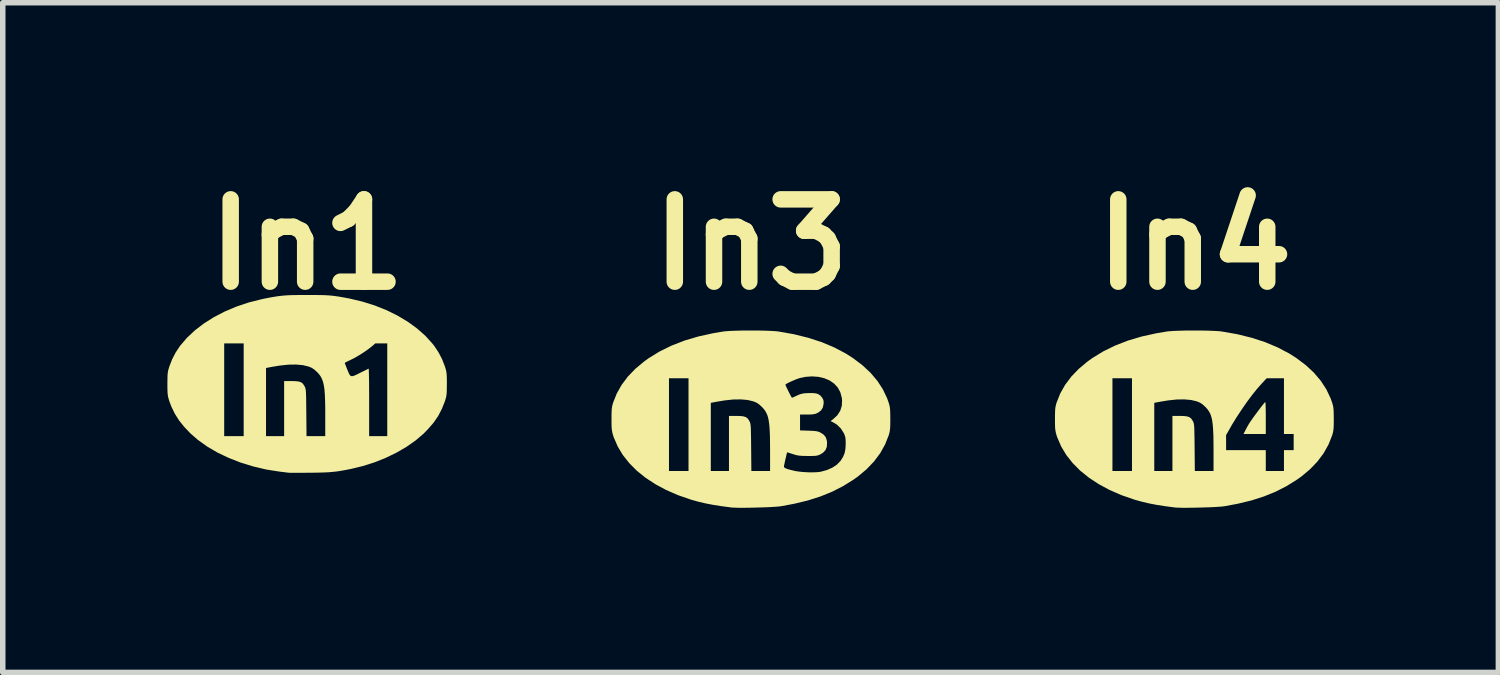
<source format=kicad_pcb>
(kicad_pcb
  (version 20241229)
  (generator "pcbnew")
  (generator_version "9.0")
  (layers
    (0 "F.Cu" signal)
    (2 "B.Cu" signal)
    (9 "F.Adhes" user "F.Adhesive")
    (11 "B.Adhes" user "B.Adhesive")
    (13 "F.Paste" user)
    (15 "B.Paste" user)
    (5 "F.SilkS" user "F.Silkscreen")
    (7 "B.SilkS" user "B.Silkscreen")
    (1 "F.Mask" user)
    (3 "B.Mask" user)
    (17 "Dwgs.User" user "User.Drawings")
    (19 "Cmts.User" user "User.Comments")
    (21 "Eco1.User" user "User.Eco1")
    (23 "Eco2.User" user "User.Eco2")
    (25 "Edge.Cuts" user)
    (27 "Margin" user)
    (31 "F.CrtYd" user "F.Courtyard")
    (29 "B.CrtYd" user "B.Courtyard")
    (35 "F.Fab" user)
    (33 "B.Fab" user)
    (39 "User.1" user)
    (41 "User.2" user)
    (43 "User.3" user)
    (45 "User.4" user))
  (footprint "In1"
    (layer "F.Cu")
    (at 2.546 3.944)
    (property "Reference" "In1" (at 0 -2.54 0) (layer "F.SilkS") (effects (font (size 1.5 1.5) (thickness 0.3))))
    (attr board_only exclude_from_pos_files exclude_from_bom allow_missing_courtyard)
    (fp_poly (pts (xy 0.124 -1.619) (xy 0.227 -1.618) (xy 0.314 -1.616) (xy 0.39 -1.612) (xy 0.46 -1.606) (xy 0.529 -1.597) (xy 0.602 -1.586) (xy 0.683 -1.571) (xy 0.77 -1.555) (xy 1.006 -1.499) (xy 1.232 -1.428) (xy 1.448 -1.342) (xy 1.65 -1.242) (xy 1.837 -1.13) (xy 2.007 -1.006) (xy 2.157 -0.873) (xy 2.286 -0.73) (xy 2.315 -0.693) (xy 2.393 -0.576) (xy 2.456 -0.456) (xy 2.508 -0.323) (xy 2.51 -0.318) (xy 2.523 -0.275) (xy 2.533 -0.239) (xy 2.539 -0.203) (xy 2.543 -0.162) (xy 2.545 -0.109) (xy 2.546 -0.039) (xy 2.546 0) (xy 2.545 0.08) (xy 2.544 0.139) (xy 2.541 0.185) (xy 2.536 0.223) (xy 2.528 0.258) (xy 2.516 0.297) (xy 2.51 0.318) (xy 2.455 0.456) (xy 2.388 0.585) (xy 2.304 0.707) (xy 2.2 0.827) (xy 2.12 0.909) (xy 1.977 1.031) (xy 1.813 1.146) (xy 1.631 1.252) (xy 1.435 1.347) (xy 1.228 1.43) (xy 1.013 1.498) (xy 0.803 1.549) (xy 0.708 1.568) (xy 0.624 1.583) (xy 0.549 1.595) (xy 0.476 1.603) (xy 0.4 1.61) (xy 0.316 1.614) (xy 0.22 1.617) (xy 0.104 1.619) (xy 0.057 1.619) (xy -0.039 1.62) (xy -0.128 1.621) (xy -0.207 1.621) (xy -0.273 1.62) (xy -0.32 1.62) (xy -0.347 1.618) (xy -0.349 1.618) (xy -0.379 1.614) (xy -0.426 1.608) (xy -0.481 1.602) (xy -0.502 1.599) (xy -0.744 1.561) (xy -0.981 1.505) (xy -1.21 1.435) (xy -1.427 1.35) (xy -1.632 1.253) (xy -1.82 1.143) (xy -1.989 1.022) (xy -2.12 0.909) (xy -2.238 0.786) (xy -2.334 0.666) (xy -2.412 0.542) (xy -2.475 0.411) (xy -2.51 0.318) (xy -2.523 0.275) (xy -2.533 0.239) (xy -2.539 0.203) (xy -2.543 0.162) (xy -2.545 0.109) (xy -2.546 0.039) (xy -2.546 0) (xy -2.545 -0.08) (xy -2.544 -0.139) (xy -2.541 -0.185) (xy -2.536 -0.223) (xy -2.528 -0.258) (xy -2.516 -0.297) (xy -2.51 -0.318) (xy -2.458 -0.451) (xy -2.396 -0.571) (xy -2.318 -0.688) (xy -2.315 -0.693) (xy -2.277 -0.737) (xy -1.511 -0.737) (xy -1.511 0.108) (xy -1.511 0.953) (xy -1.333 0.953) (xy -1.156 0.953) (xy -0.749 0.953) (xy -0.584 0.953) (xy -0.419 0.953) (xy -0.419 0.451) (xy -0.419 -0.051) (xy -0.285 -0.051) (xy -0.208 -0.049) (xy -0.152 -0.042) (xy -0.111 -0.029) (xy -0.081 -0.007) (xy -0.057 0.026) (xy -0.048 0.042) (xy -0.04 0.057) (xy -0.034 0.073) (xy -0.029 0.091) (xy -0.025 0.116) (xy -0.022 0.15) (xy -0.02 0.196) (xy -0.018 0.257) (xy -0.017 0.335) (xy -0.016 0.433) (xy -0.015 0.524) (xy -0.011 0.953) (xy 0.16 0.953) (xy 0.33 0.953) (xy 0.33 0.581) (xy 0.33 0.43) (xy 0.327 0.303) (xy 0.323 0.196) (xy 0.316 0.106) (xy 0.305 0.031) (xy 0.291 -0.031) (xy 0.273 -0.083) (xy 0.251 -0.128) (xy 0.223 -0.168) (xy 0.19 -0.206) (xy 0.179 -0.217) (xy 0.129 -0.262) (xy 0.082 -0.293) (xy 0.026 -0.316) (xy 0.025 -0.316) (xy -0.078 -0.341) (xy -0.201 -0.352) (xy -0.342 -0.35) (xy -0.5 -0.333) (xy -0.645 -0.309) (xy -0.749 -0.289) (xy -0.749 0.332) (xy -0.749 0.953) (xy -1.156 0.953) (xy -1.156 0.108) (xy -1.156 -0.381) (xy 0.686 -0.381) (xy 0.69 -0.366) (xy 0.703 -0.334) (xy 0.72 -0.289) (xy 0.735 -0.253) (xy 0.756 -0.202) (xy 0.774 -0.166) (xy 0.792 -0.146) (xy 0.816 -0.139) (xy 0.849 -0.146) (xy 0.896 -0.166) (xy 0.96 -0.198) (xy 0.978 -0.207) (xy 1.031 -0.233) (xy 1.076 -0.255) (xy 1.107 -0.271) (xy 1.121 -0.277) (xy 1.123 -0.266) (xy 1.124 -0.231) (xy 1.126 -0.176) (xy 1.127 -0.103) (xy 1.129 -0.014) (xy 1.129 0.088) (xy 1.13 0.201) (xy 1.13 0.322) (xy 1.13 0.335) (xy 1.13 0.953) (xy 1.295 0.953) (xy 1.46 0.953) (xy 1.46 0.108) (xy 1.46 -0.737) (xy 1.351 -0.737) (xy 1.242 -0.737) (xy 1.177 -0.681) (xy 1.112 -0.631) (xy 1.034 -0.576) (xy 0.949 -0.522) (xy 0.865 -0.473) (xy 0.791 -0.436) (xy 0.779 -0.43) (xy 0.736 -0.41) (xy 0.703 -0.393) (xy 0.687 -0.383) (xy 0.686 -0.381) (xy -1.156 -0.381) (xy -1.156 -0.737) (xy -1.333 -0.737) (xy -1.511 -0.737) (xy -2.277 -0.737) (xy -2.192 -0.837) (xy -2.047 -0.973) (xy -1.882 -1.1) (xy -1.699 -1.215) (xy -1.501 -1.318) (xy -1.288 -1.408) (xy -1.064 -1.483) (xy -0.83 -1.542) (xy -0.77 -1.555) (xy -0.677 -1.573) (xy -0.596 -1.587) (xy -0.524 -1.598) (xy -0.455 -1.606) (xy -0.385 -1.612) (xy -0.308 -1.616) (xy -0.22 -1.618) (xy -0.115 -1.619) (xy 0 -1.619)) (stroke (width 0) (type solid)) (fill yes) (layer "F.SilkS")))
  (footprint "In3"
    (layer "F.Cu")
    (at 10.638 4.579)
    (property "Reference" "In3" (at 0 -3.175 0) (layer "F.SilkS") (effects (font (size 1.5 1.5) (thickness 0.3))))
    (attr board_only exclude_from_pos_files exclude_from_bom allow_missing_courtyard)
    (fp_poly (pts (xy 0.152 -1.606) (xy 0.256 -1.604) (xy 0.349 -1.6) (xy 0.426 -1.596) (xy 0.483 -1.591) (xy 0.489 -1.59) (xy 0.774 -1.54) (xy 1.04 -1.474) (xy 1.286 -1.394) (xy 1.514 -1.298) (xy 1.724 -1.187) (xy 1.854 -1.104) (xy 2.025 -0.975) (xy 2.172 -0.838) (xy 2.297 -0.691) (xy 2.398 -0.536) (xy 2.475 -0.374) (xy 2.504 -0.292) (xy 2.516 -0.252) (xy 2.524 -0.214) (xy 2.529 -0.173) (xy 2.532 -0.122) (xy 2.533 -0.057) (xy 2.534 0.006) (xy 2.533 0.087) (xy 2.532 0.149) (xy 2.528 0.196) (xy 2.522 0.236) (xy 2.513 0.274) (xy 2.504 0.304) (xy 2.438 0.47) (xy 2.349 0.629) (xy 2.236 0.78) (xy 2.1 0.922) (xy 1.941 1.055) (xy 1.854 1.116) (xy 1.67 1.23) (xy 1.474 1.33) (xy 1.262 1.416) (xy 1.034 1.489) (xy 0.786 1.549) (xy 0.54 1.595) (xy 0.496 1.6) (xy 0.431 1.605) (xy 0.35 1.61) (xy 0.258 1.614) (xy 0.158 1.617) (xy 0.055 1.62) (xy -0.046 1.622) (xy -0.141 1.623) (xy -0.225 1.623) (xy -0.294 1.621) (xy -0.344 1.619) (xy -0.356 1.618) (xy -0.531 1.595) (xy -0.687 1.571) (xy -0.828 1.544) (xy -0.96 1.513) (xy -1.087 1.478) (xy -1.105 1.472) (xy -1.337 1.392) (xy -1.552 1.298) (xy -1.749 1.192) (xy -1.927 1.075) (xy -2.086 0.947) (xy -2.223 0.809) (xy -2.34 0.661) (xy -2.433 0.506) (xy -2.504 0.342) (xy -2.517 0.304) (xy -2.528 0.264) (xy -2.536 0.227) (xy -2.542 0.185) (xy -2.545 0.135) (xy -2.546 0.07) (xy -2.546 0.006) (xy -2.546 -0.075) (xy -2.544 -0.136) (xy -2.541 -0.183) (xy -2.535 -0.223) (xy -2.526 -0.261) (xy -2.517 -0.292) (xy -2.451 -0.458) (xy -2.362 -0.616) (xy -2.271 -0.737) (xy -1.499 -0.737) (xy -1.499 0.108) (xy -1.499 0.953) (xy -1.321 0.953) (xy -1.143 0.953) (xy -0.737 0.953) (xy -0.572 0.953) (xy -0.406 0.953) (xy -0.406 0.451) (xy -0.406 -0.051) (xy -0.272 -0.051) (xy -0.196 -0.049) (xy -0.139 -0.042) (xy -0.099 -0.029) (xy -0.068 -0.007) (xy -0.044 0.026) (xy -0.035 0.042) (xy -0.027 0.057) (xy -0.021 0.073) (xy -0.016 0.091) (xy -0.012 0.116) (xy -0.009 0.15) (xy -0.007 0.196) (xy -0.006 0.257) (xy -0.004 0.335) (xy -0.003 0.433) (xy -0.002 0.524) (xy 0.002 0.953) (xy 0.172 0.953) (xy 0.343 0.953) (xy 0.343 0.868) (xy 0.595 0.868) (xy 0.599 0.885) (xy 0.618 0.9) (xy 0.656 0.916) (xy 0.713 0.932) (xy 0.793 0.951) (xy 0.8 0.953) (xy 0.872 0.964) (xy 0.957 0.972) (xy 1.048 0.977) (xy 1.137 0.977) (xy 1.216 0.973) (xy 1.266 0.966) (xy 1.377 0.936) (xy 1.477 0.892) (xy 1.561 0.836) (xy 1.625 0.77) (xy 1.63 0.764) (xy 1.673 0.695) (xy 1.701 0.627) (xy 1.716 0.55) (xy 1.721 0.458) (xy 1.721 0.457) (xy 1.72 0.395) (xy 1.716 0.35) (xy 1.707 0.314) (xy 1.693 0.276) (xy 1.688 0.266) (xy 1.634 0.18) (xy 1.564 0.11) (xy 1.503 0.072) (xy 1.446 0.043) (xy 1.494 0.007) (xy 1.569 -0.063) (xy 1.621 -0.144) (xy 1.65 -0.235) (xy 1.655 -0.334) (xy 1.65 -0.381) (xy 1.623 -0.482) (xy 1.576 -0.568) (xy 1.511 -0.639) (xy 1.43 -0.696) (xy 1.333 -0.737) (xy 1.223 -0.763) (xy 1.105 -0.771) (xy 0.985 -0.762) (xy 0.889 -0.742) (xy 0.846 -0.728) (xy 0.796 -0.709) (xy 0.743 -0.686) (xy 0.695 -0.664) (xy 0.655 -0.644) (xy 0.629 -0.628) (xy 0.622 -0.62) (xy 0.628 -0.605) (xy 0.641 -0.574) (xy 0.661 -0.533) (xy 0.683 -0.488) (xy 0.705 -0.445) (xy 0.724 -0.409) (xy 0.738 -0.386) (xy 0.742 -0.381) (xy 0.755 -0.386) (xy 0.785 -0.399) (xy 0.825 -0.418) (xy 0.834 -0.422) (xy 0.879 -0.442) (xy 0.918 -0.454) (xy 0.96 -0.462) (xy 1.014 -0.466) (xy 1.048 -0.467) (xy 1.127 -0.467) (xy 1.186 -0.46) (xy 1.23 -0.443) (xy 1.266 -0.416) (xy 1.293 -0.381) (xy 1.312 -0.347) (xy 1.319 -0.313) (xy 1.318 -0.269) (xy 1.304 -0.204) (xy 1.274 -0.154) (xy 1.224 -0.114) (xy 1.206 -0.105) (xy 1.176 -0.091) (xy 1.144 -0.083) (xy 1.103 -0.078) (xy 1.047 -0.076) (xy 1.02 -0.076) (xy 0.889 -0.076) (xy 0.889 0.069) (xy 0.889 0.213) (xy 1.045 0.218) (xy 1.115 0.221) (xy 1.166 0.225) (xy 1.204 0.231) (xy 1.236 0.241) (xy 1.26 0.252) (xy 1.319 0.29) (xy 1.357 0.336) (xy 1.377 0.397) (xy 1.381 0.438) (xy 1.377 0.513) (xy 1.352 0.573) (xy 1.307 0.62) (xy 1.264 0.647) (xy 1.237 0.66) (xy 1.211 0.669) (xy 1.182 0.675) (xy 1.143 0.678) (xy 1.09 0.679) (xy 1.029 0.679) (xy 0.955 0.678) (xy 0.898 0.675) (xy 0.853 0.67) (xy 0.812 0.661) (xy 0.769 0.648) (xy 0.756 0.644) (xy 0.71 0.629) (xy 0.674 0.618) (xy 0.655 0.613) (xy 0.653 0.613) (xy 0.649 0.626) (xy 0.642 0.657) (xy 0.632 0.7) (xy 0.62 0.749) (xy 0.61 0.797) (xy 0.601 0.838) (xy 0.595 0.865) (xy 0.595 0.868) (xy 0.343 0.868) (xy 0.343 0.581) (xy 0.342 0.43) (xy 0.34 0.303) (xy 0.335 0.196) (xy 0.328 0.106) (xy 0.318 0.031) (xy 0.304 -0.031) (xy 0.286 -0.083) (xy 0.263 -0.128) (xy 0.236 -0.168) (xy 0.202 -0.206) (xy 0.192 -0.217) (xy 0.142 -0.262) (xy 0.095 -0.293) (xy 0.039 -0.316) (xy 0.038 -0.316) (xy -0.065 -0.341) (xy -0.188 -0.352) (xy -0.329 -0.35) (xy -0.488 -0.333) (xy -0.632 -0.309) (xy -0.737 -0.289) (xy -0.737 0.332) (xy -0.737 0.953) (xy -1.143 0.953) (xy -1.143 0.108) (xy -1.143 -0.737) (xy -1.321 -0.737) (xy -1.499 -0.737) (xy -2.271 -0.737) (xy -2.249 -0.767) (xy -2.112 -0.909) (xy -1.953 -1.042) (xy -1.867 -1.104) (xy -1.668 -1.226) (xy -1.452 -1.332) (xy -1.218 -1.423) (xy -0.965 -1.498) (xy -0.693 -1.558) (xy -0.502 -1.59) (xy -0.448 -1.595) (xy -0.373 -1.6) (xy -0.283 -1.603) (xy -0.18 -1.606) (xy -0.07 -1.607) (xy 0.042 -1.607)) (stroke (width 0) (type solid)) (fill yes) (layer "F.SilkS")))
  (footprint "In4"
    (layer "F.Cu")
    (at 18.718 4.579)
    (property "Reference" "In4" (at 0 -3.175 0) (layer "F.SilkS") (effects (font (size 1.5 1.5) (thickness 0.3))))
    (attr board_only exclude_from_pos_files exclude_from_bom allow_missing_courtyard)
    (fp_poly (pts (xy 1.288 -0.293) (xy 1.291 -0.259) (xy 1.293 -0.206) (xy 1.294 -0.139) (xy 1.295 -0.061) (xy 1.295 -0.013) (xy 1.295 0.279) (xy 1.092 0.279) (xy 0.889 0.279) (xy 0.929 0.2) (xy 0.956 0.149) (xy 0.986 0.097) (xy 1.007 0.064) (xy 1.038 0.019) (xy 1.075 -0.034) (xy 1.117 -0.09) (xy 1.159 -0.147) (xy 1.199 -0.2) (xy 1.235 -0.246) (xy 1.263 -0.281) (xy 1.281 -0.301) (xy 1.285 -0.305)) (stroke (width 0) (type solid)) (fill yes) (layer "F.SilkS"))
    (fp_poly (pts (xy 0.152 -1.606) (xy 0.256 -1.604) (xy 0.349 -1.6) (xy 0.426 -1.596) (xy 0.483 -1.591) (xy 0.489 -1.59) (xy 0.774 -1.54) (xy 1.04 -1.474) (xy 1.286 -1.394) (xy 1.514 -1.298) (xy 1.724 -1.187) (xy 1.854 -1.104) (xy 2.025 -0.975) (xy 2.172 -0.838) (xy 2.297 -0.691) (xy 2.398 -0.536) (xy 2.475 -0.374) (xy 2.504 -0.292) (xy 2.516 -0.252) (xy 2.524 -0.214) (xy 2.529 -0.173) (xy 2.532 -0.122) (xy 2.533 -0.057) (xy 2.534 0.006) (xy 2.533 0.087) (xy 2.532 0.149) (xy 2.528 0.196) (xy 2.522 0.236) (xy 2.513 0.274) (xy 2.504 0.304) (xy 2.438 0.47) (xy 2.349 0.629) (xy 2.236 0.78) (xy 2.1 0.922) (xy 1.941 1.055) (xy 1.854 1.116) (xy 1.67 1.23) (xy 1.474 1.33) (xy 1.262 1.416) (xy 1.034 1.489) (xy 0.786 1.549) (xy 0.54 1.595) (xy 0.496 1.6) (xy 0.431 1.605) (xy 0.35 1.61) (xy 0.258 1.614) (xy 0.158 1.617) (xy 0.055 1.62) (xy -0.046 1.622) (xy -0.141 1.623) (xy -0.225 1.623) (xy -0.294 1.621) (xy -0.344 1.619) (xy -0.356 1.618) (xy -0.531 1.595) (xy -0.687 1.571) (xy -0.828 1.544) (xy -0.96 1.513) (xy -1.087 1.478) (xy -1.105 1.472) (xy -1.337 1.392) (xy -1.552 1.298) (xy -1.749 1.192) (xy -1.927 1.075) (xy -2.086 0.947) (xy -2.223 0.809) (xy -2.34 0.661) (xy -2.433 0.506) (xy -2.504 0.342) (xy -2.517 0.304) (xy -2.528 0.264) (xy -2.536 0.227) (xy -2.542 0.185) (xy -2.545 0.135) (xy -2.546 0.07) (xy -2.546 0.006) (xy -2.546 -0.075) (xy -2.544 -0.136) (xy -2.541 -0.183) (xy -2.535 -0.223) (xy -2.526 -0.261) (xy -2.517 -0.292) (xy -2.451 -0.458) (xy -2.362 -0.616) (xy -2.271 -0.737) (xy -1.499 -0.737) (xy -1.499 0.108) (xy -1.499 0.953) (xy -1.321 0.953) (xy -1.143 0.953) (xy -0.737 0.953) (xy -0.572 0.953) (xy -0.406 0.953) (xy -0.406 0.451) (xy -0.406 -0.051) (xy -0.272 -0.051) (xy -0.196 -0.049) (xy -0.139 -0.042) (xy -0.099 -0.029) (xy -0.068 -0.007) (xy -0.044 0.026) (xy -0.035 0.042) (xy -0.027 0.057) (xy -0.021 0.073) (xy -0.016 0.091) (xy -0.012 0.116) (xy -0.009 0.15) (xy -0.007 0.196) (xy -0.006 0.257) (xy -0.004 0.335) (xy -0.003 0.433) (xy -0.002 0.524) (xy 0.002 0.953) (xy 0.172 0.953) (xy 0.343 0.953) (xy 0.343 0.581) (xy 0.342 0.43) (xy 0.34 0.303) (xy 0.34 0.3) (xy 0.571 0.3) (xy 0.572 0.436) (xy 0.572 0.572) (xy 0.933 0.572) (xy 1.295 0.572) (xy 1.295 0.762) (xy 1.295 0.953) (xy 1.46 0.953) (xy 1.626 0.953) (xy 1.626 0.762) (xy 1.626 0.572) (xy 1.714 0.572) (xy 1.803 0.572) (xy 1.803 0.425) (xy 1.803 0.279) (xy 1.714 0.279) (xy 1.626 0.279) (xy 1.626 -0.229) (xy 1.626 -0.737) (xy 1.468 -0.737) (xy 1.311 -0.737) (xy 1.219 -0.638) (xy 1.134 -0.542) (xy 1.042 -0.427) (xy 0.947 -0.299) (xy 0.853 -0.163) (xy 0.761 -0.024) (xy 0.677 0.113) (xy 0.644 0.172) (xy 0.571 0.3) (xy 0.34 0.3) (xy 0.335 0.196) (xy 0.328 0.106) (xy 0.318 0.031) (xy 0.304 -0.031) (xy 0.286 -0.083) (xy 0.263 -0.128) (xy 0.236 -0.168) (xy 0.202 -0.206) (xy 0.192 -0.217) (xy 0.142 -0.262) (xy 0.095 -0.293) (xy 0.039 -0.316) (xy 0.038 -0.316) (xy -0.065 -0.341) (xy -0.188 -0.352) (xy -0.329 -0.35) (xy -0.488 -0.333) (xy -0.632 -0.309) (xy -0.737 -0.289) (xy -0.737 0.332) (xy -0.737 0.953) (xy -1.143 0.953) (xy -1.143 0.108) (xy -1.143 -0.737) (xy -1.321 -0.737) (xy -1.499 -0.737) (xy -2.271 -0.737) (xy -2.249 -0.767) (xy -2.112 -0.909) (xy -1.953 -1.042) (xy -1.867 -1.104) (xy -1.668 -1.226) (xy -1.452 -1.332) (xy -1.218 -1.423) (xy -0.965 -1.498) (xy -0.693 -1.558) (xy -0.502 -1.59) (xy -0.448 -1.595) (xy -0.373 -1.6) (xy -0.283 -1.603) (xy -0.18 -1.606) (xy -0.07 -1.607) (xy 0.042 -1.607)) (stroke (width 0) (type solid)) (fill yes) (layer "F.SilkS")))
  (gr_rect
    (start -3 -3)
    (end 24.251 9.202)
    (stroke (width 0.1) (type default))
    (fill no)
    (layer "Edge.Cuts")))
</source>
